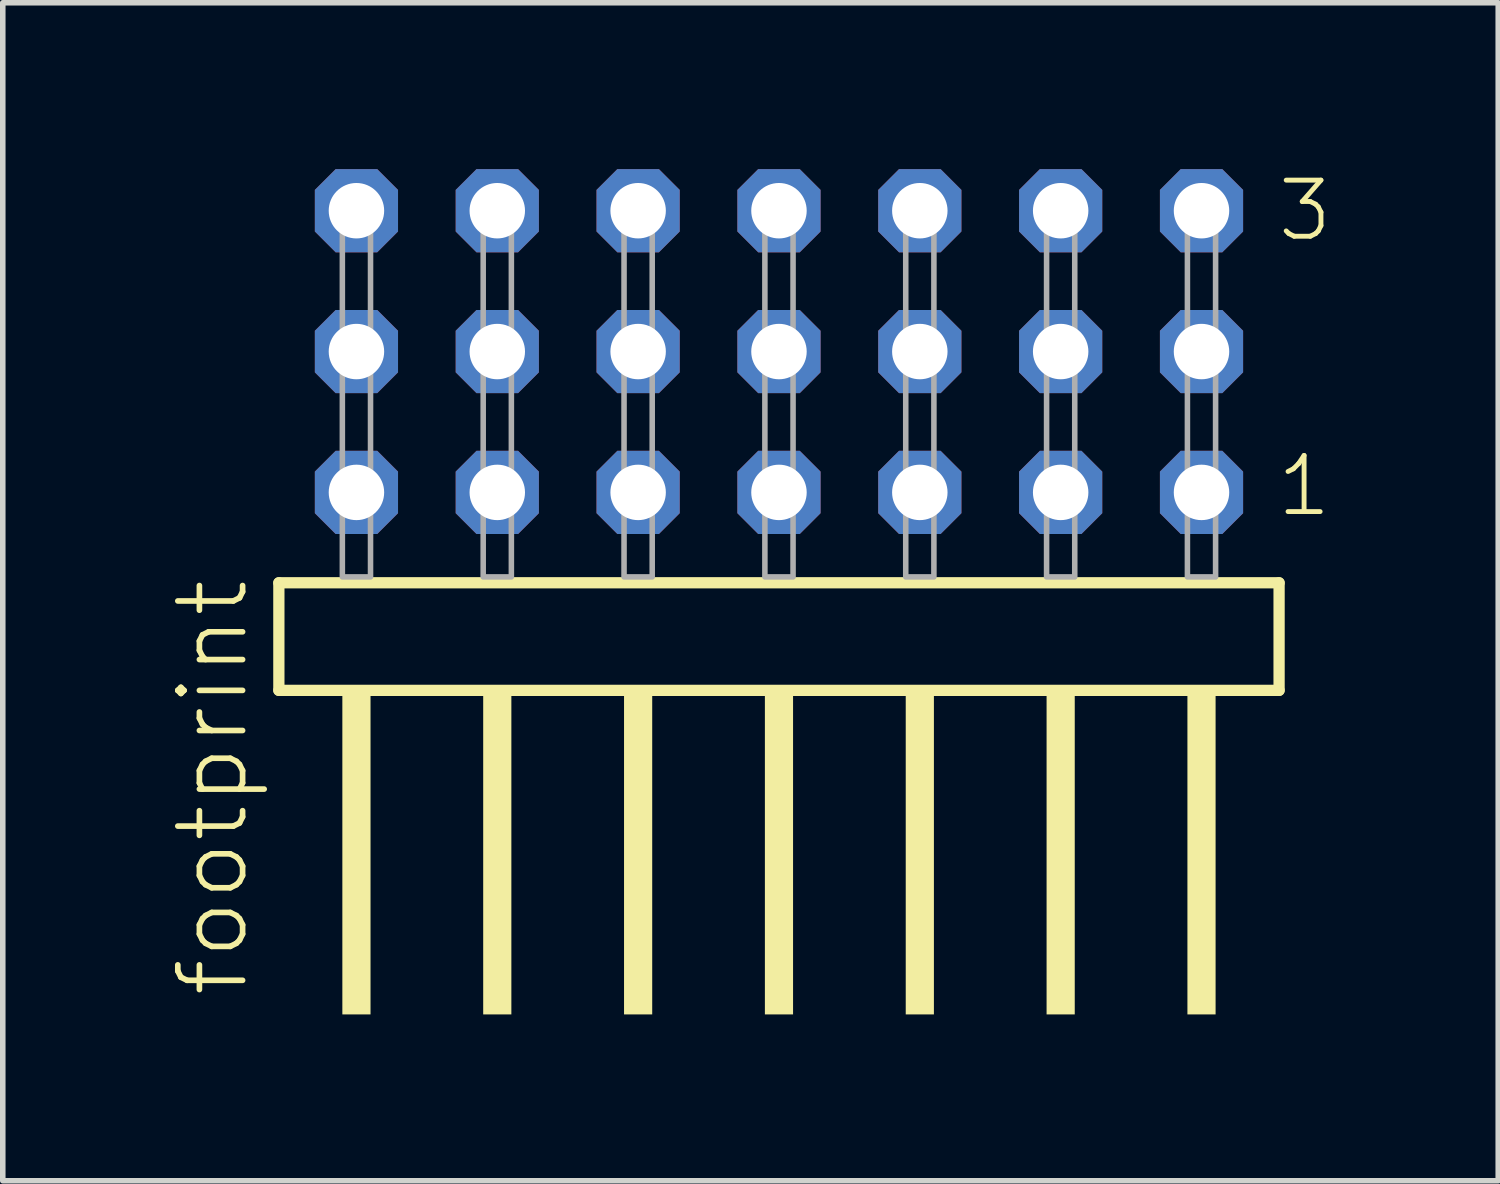
<source format=kicad_pcb>
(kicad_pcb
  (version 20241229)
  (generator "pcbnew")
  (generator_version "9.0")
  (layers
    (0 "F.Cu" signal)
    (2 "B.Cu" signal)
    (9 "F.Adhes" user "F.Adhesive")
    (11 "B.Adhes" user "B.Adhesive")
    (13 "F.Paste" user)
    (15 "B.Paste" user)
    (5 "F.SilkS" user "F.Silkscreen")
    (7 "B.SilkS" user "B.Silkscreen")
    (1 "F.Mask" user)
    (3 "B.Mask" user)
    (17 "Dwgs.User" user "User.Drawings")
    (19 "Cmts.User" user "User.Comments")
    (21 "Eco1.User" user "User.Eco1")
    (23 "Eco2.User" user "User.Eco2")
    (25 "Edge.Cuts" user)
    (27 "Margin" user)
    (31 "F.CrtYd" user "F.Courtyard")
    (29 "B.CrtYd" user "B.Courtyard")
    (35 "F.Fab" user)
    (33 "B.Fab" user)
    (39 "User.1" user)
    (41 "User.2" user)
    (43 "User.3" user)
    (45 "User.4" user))
  (footprint "footprint"
    (layer "F.Cu")
    (at 10.998 7.354)
    (property "Reference" "footprint" (at -9.525 7.62 90) (layer "F.SilkS") (effects (font (size 1.168 1.168) (thickness 0.102)) (justify left bottom)))
    (fp_line (start -9.019 0.106) (end -9.019 2.046) (stroke (width 0.203) (type solid)) (layer "F.SilkS"))
    (fp_line (start -9.019 2.046) (end 9.019 2.046) (stroke (width 0.203) (type solid)) (layer "F.SilkS"))
    (fp_line (start 9.019 0.106) (end -9.019 0.106) (stroke (width 0.203) (type solid)) (layer "F.SilkS"))
    (fp_line (start 9.019 2.046) (end 9.019 0.106) (stroke (width 0.203) (type solid)) (layer "F.SilkS"))
    (fp_poly (pts (xy -7.874 7.89) (xy -7.366 7.89) (xy -7.366 2.04) (xy -7.874 2.04)) (stroke (width 0) (type solid)) (fill yes) (layer "F.SilkS"))
    (fp_poly (pts (xy -5.334 7.89) (xy -4.826 7.89) (xy -4.826 2.04) (xy -5.334 2.04)) (stroke (width 0) (type solid)) (fill yes) (layer "F.SilkS"))
    (fp_poly (pts (xy -2.794 7.89) (xy -2.286 7.89) (xy -2.286 2.04) (xy -2.794 2.04)) (stroke (width 0) (type solid)) (fill yes) (layer "F.SilkS"))
    (fp_poly (pts (xy -0.254 7.89) (xy 0.254 7.89) (xy 0.254 2.04) (xy -0.254 2.04)) (stroke (width 0) (type solid)) (fill yes) (layer "F.SilkS"))
    (fp_poly (pts (xy 2.286 7.89) (xy 2.794 7.89) (xy 2.794 2.04) (xy 2.286 2.04)) (stroke (width 0) (type solid)) (fill yes) (layer "F.SilkS"))
    (fp_poly (pts (xy 4.826 7.89) (xy 5.334 7.89) (xy 5.334 2.04) (xy 4.826 2.04)) (stroke (width 0) (type solid)) (fill yes) (layer "F.SilkS"))
    (fp_poly (pts (xy 7.366 7.89) (xy 7.874 7.89) (xy 7.874 2.04) (xy 7.366 2.04)) (stroke (width 0) (type solid)) (fill yes) (layer "F.SilkS"))
    (fp_poly (pts (xy -7.874 0) (xy -7.366 0) (xy -7.366 -6.858) (xy -7.874 -6.858)) (stroke (width 0.1) (type solid)) (fill no) (layer "F.Fab"))
    (fp_poly (pts (xy -5.334 0) (xy -4.826 0) (xy -4.826 -6.858) (xy -5.334 -6.858)) (stroke (width 0.1) (type solid)) (fill no) (layer "F.Fab"))
    (fp_poly (pts (xy -2.794 0) (xy -2.286 0) (xy -2.286 -6.858) (xy -2.794 -6.858)) (stroke (width 0.1) (type solid)) (fill no) (layer "F.Fab"))
    (fp_poly (pts (xy -0.254 0) (xy 0.254 0) (xy 0.254 -6.858) (xy -0.254 -6.858)) (stroke (width 0.1) (type solid)) (fill no) (layer "F.Fab"))
    (fp_poly (pts (xy 2.286 0) (xy 2.794 0) (xy 2.794 -6.858) (xy 2.286 -6.858)) (stroke (width 0.1) (type solid)) (fill no) (layer "F.Fab"))
    (fp_poly (pts (xy 4.826 0) (xy 5.334 0) (xy 5.334 -6.858) (xy 4.826 -6.858)) (stroke (width 0.1) (type solid)) (fill no) (layer "F.Fab"))
    (fp_poly (pts (xy 7.366 0) (xy 7.874 0) (xy 7.874 -6.858) (xy 7.366 -6.858)) (stroke (width 0.1) (type solid)) (fill no) (layer "F.Fab"))
    (fp_text user "1" (at 8.93 -1.05 0) (layer "F.SilkS") (effects (font (size 1.012 1.012) (thickness 0.088)) (justify left bottom)))
    (fp_text user "3" (at 8.945 -6.015 0) (layer "F.SilkS") (effects (font (size 1.012 1.012) (thickness 0.088)) (justify left bottom)))
    (pad "1" thru_hole roundrect (at 7.62 -1.524 180) (size 1.5 1.5) (drill 1) (layers "*.Cu" "*.Mask") (roundrect_rratio 0.25) (chamfer_ratio 0.25) (chamfer top_left top_right bottom_left bottom_right))
    (pad "2" thru_hole roundrect (at 7.62 -4.064 180) (size 1.5 1.5) (drill 1) (layers "*.Cu" "*.Mask") (roundrect_rratio 0.25) (chamfer_ratio 0.25) (chamfer top_left top_right bottom_left bottom_right))
    (pad "3" thru_hole roundrect (at 7.62 -6.604 180) (size 1.5 1.5) (drill 1) (layers "*.Cu" "*.Mask") (roundrect_rratio 0.25) (chamfer_ratio 0.25) (chamfer top_left top_right bottom_left bottom_right))
    (pad "4" thru_hole roundrect (at 5.08 -1.524 180) (size 1.5 1.5) (drill 1) (layers "*.Cu" "*.Mask") (roundrect_rratio 0.25) (chamfer_ratio 0.25) (chamfer top_left top_right bottom_left bottom_right))
    (pad "5" thru_hole roundrect (at 5.08 -4.064 180) (size 1.5 1.5) (drill 1) (layers "*.Cu" "*.Mask") (roundrect_rratio 0.25) (chamfer_ratio 0.25) (chamfer top_left top_right bottom_left bottom_right))
    (pad "6" thru_hole roundrect (at 5.08 -6.604 180) (size 1.5 1.5) (drill 1) (layers "*.Cu" "*.Mask") (roundrect_rratio 0.25) (chamfer_ratio 0.25) (chamfer top_left top_right bottom_left bottom_right))
    (pad "7" thru_hole roundrect (at 2.54 -1.524 180) (size 1.5 1.5) (drill 1) (layers "*.Cu" "*.Mask") (roundrect_rratio 0.25) (chamfer_ratio 0.25) (chamfer top_left top_right bottom_left bottom_right))
    (pad "8" thru_hole roundrect (at 2.54 -4.064 180) (size 1.5 1.5) (drill 1) (layers "*.Cu" "*.Mask") (roundrect_rratio 0.25) (chamfer_ratio 0.25) (chamfer top_left top_right bottom_left bottom_right))
    (pad "9" thru_hole roundrect (at 2.54 -6.604 180) (size 1.5 1.5) (drill 1) (layers "*.Cu" "*.Mask") (roundrect_rratio 0.25) (chamfer_ratio 0.25) (chamfer top_left top_right bottom_left bottom_right))
    (pad "10" thru_hole roundrect (at 0 -1.524 180) (size 1.5 1.5) (drill 1) (layers "*.Cu" "*.Mask") (roundrect_rratio 0.25) (chamfer_ratio 0.25) (chamfer top_left top_right bottom_left bottom_right))
    (pad "11" thru_hole roundrect (at 0 -4.064 180) (size 1.5 1.5) (drill 1) (layers "*.Cu" "*.Mask") (roundrect_rratio 0.25) (chamfer_ratio 0.25) (chamfer top_left top_right bottom_left bottom_right))
    (pad "12" thru_hole roundrect (at 0 -6.604 180) (size 1.5 1.5) (drill 1) (layers "*.Cu" "*.Mask") (roundrect_rratio 0.25) (chamfer_ratio 0.25) (chamfer top_left top_right bottom_left bottom_right))
    (pad "13" thru_hole roundrect (at -2.54 -1.524 180) (size 1.5 1.5) (drill 1) (layers "*.Cu" "*.Mask") (roundrect_rratio 0.25) (chamfer_ratio 0.25) (chamfer top_left top_right bottom_left bottom_right))
    (pad "14" thru_hole roundrect (at -2.54 -4.064 180) (size 1.5 1.5) (drill 1) (layers "*.Cu" "*.Mask") (roundrect_rratio 0.25) (chamfer_ratio 0.25) (chamfer top_left top_right bottom_left bottom_right))
    (pad "15" thru_hole roundrect (at -2.54 -6.604 180) (size 1.5 1.5) (drill 1) (layers "*.Cu" "*.Mask") (roundrect_rratio 0.25) (chamfer_ratio 0.25) (chamfer top_left top_right bottom_left bottom_right))
    (pad "16" thru_hole roundrect (at -5.08 -1.524 180) (size 1.5 1.5) (drill 1) (layers "*.Cu" "*.Mask") (roundrect_rratio 0.25) (chamfer_ratio 0.25) (chamfer top_left top_right bottom_left bottom_right))
    (pad "17" thru_hole roundrect (at -5.08 -4.064 180) (size 1.5 1.5) (drill 1) (layers "*.Cu" "*.Mask") (roundrect_rratio 0.25) (chamfer_ratio 0.25) (chamfer top_left top_right bottom_left bottom_right))
    (pad "18" thru_hole roundrect (at -5.08 -6.604 180) (size 1.5 1.5) (drill 1) (layers "*.Cu" "*.Mask") (roundrect_rratio 0.25) (chamfer_ratio 0.25) (chamfer top_left top_right bottom_left bottom_right))
    (pad "19" thru_hole roundrect (at -7.62 -1.524 180) (size 1.5 1.5) (drill 1) (layers "*.Cu" "*.Mask") (roundrect_rratio 0.25) (chamfer_ratio 0.25) (chamfer top_left top_right bottom_left bottom_right))
    (pad "20" thru_hole roundrect (at -7.62 -4.064 180) (size 1.5 1.5) (drill 1) (layers "*.Cu" "*.Mask") (roundrect_rratio 0.25) (chamfer_ratio 0.25) (chamfer top_left top_right bottom_left bottom_right))
    (pad "21" thru_hole roundrect (at -7.62 -6.604 180) (size 1.5 1.5) (drill 1) (layers "*.Cu" "*.Mask") (roundrect_rratio 0.25) (chamfer_ratio 0.25) (chamfer top_left top_right bottom_left bottom_right)))
  (gr_rect
    (start -3 -3)
    (end 23.969 18.244)
    (stroke (width 0.1) (type default))
    (fill no)
    (layer "Edge.Cuts")))
</source>
